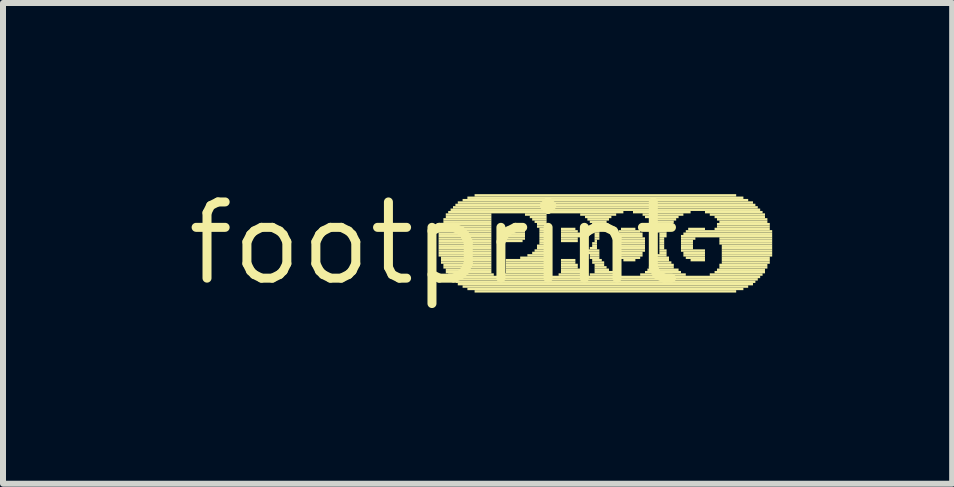
<source format=kicad_pcb>
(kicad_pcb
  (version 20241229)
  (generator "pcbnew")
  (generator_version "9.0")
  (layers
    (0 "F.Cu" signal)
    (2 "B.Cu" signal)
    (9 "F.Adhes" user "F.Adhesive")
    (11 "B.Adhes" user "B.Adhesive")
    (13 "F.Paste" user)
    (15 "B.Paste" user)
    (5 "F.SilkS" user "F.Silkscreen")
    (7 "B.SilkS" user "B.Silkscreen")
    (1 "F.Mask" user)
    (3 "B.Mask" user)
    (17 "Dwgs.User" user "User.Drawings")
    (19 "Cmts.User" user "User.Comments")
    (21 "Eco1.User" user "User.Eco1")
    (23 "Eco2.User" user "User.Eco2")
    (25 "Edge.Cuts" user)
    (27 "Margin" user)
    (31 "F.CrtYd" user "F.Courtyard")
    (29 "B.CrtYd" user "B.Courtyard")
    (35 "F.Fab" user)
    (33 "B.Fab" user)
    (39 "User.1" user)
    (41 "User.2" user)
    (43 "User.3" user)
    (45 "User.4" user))
  (footprint "footprint"
    (layer "F.Cu")
    (at 4.18 1.006)
    (property "Reference" "footprint" (at 0 0 0) (layer "F.SilkS") (effects (font (size 1.27 1.27) (thickness 0.15))))
    (fp_poly (pts (xy 0.08 -0.18) (xy 0.96 -0.18) (xy 0.96 -0.22) (xy 0.08 -0.22)) (stroke (width 0) (type solid)) (fill yes) (layer "F.SilkS"))
    (fp_poly (pts (xy 0.08 -0.14) (xy 0.96 -0.14) (xy 0.96 -0.18) (xy 0.08 -0.18)) (stroke (width 0) (type solid)) (fill yes) (layer "F.SilkS"))
    (fp_poly (pts (xy 0.08 -0.1) (xy 0.96 -0.1) (xy 0.96 -0.14) (xy 0.08 -0.14)) (stroke (width 0) (type solid)) (fill yes) (layer "F.SilkS"))
    (fp_poly (pts (xy 0.08 -0.06) (xy 0.96 -0.06) (xy 0.96 -0.1) (xy 0.08 -0.1)) (stroke (width 0) (type solid)) (fill yes) (layer "F.SilkS"))
    (fp_poly (pts (xy 0.08 -0.02) (xy 0.96 -0.02) (xy 0.96 -0.06) (xy 0.08 -0.06)) (stroke (width 0) (type solid)) (fill yes) (layer "F.SilkS"))
    (fp_poly (pts (xy 0.08 0.02) (xy 0.96 0.02) (xy 0.96 -0.02) (xy 0.08 -0.02)) (stroke (width 0) (type solid)) (fill yes) (layer "F.SilkS"))
    (fp_poly (pts (xy 0.08 0.06) (xy 0.96 0.06) (xy 0.96 0.02) (xy 0.08 0.02)) (stroke (width 0) (type solid)) (fill yes) (layer "F.SilkS"))
    (fp_poly (pts (xy 0.08 0.1) (xy 0.96 0.1) (xy 0.96 0.06) (xy 0.08 0.06)) (stroke (width 0) (type solid)) (fill yes) (layer "F.SilkS"))
    (fp_poly (pts (xy 0.08 0.14) (xy 0.96 0.14) (xy 0.96 0.1) (xy 0.08 0.1)) (stroke (width 0) (type solid)) (fill yes) (layer "F.SilkS"))
    (fp_poly (pts (xy 0.08 0.18) (xy 0.96 0.18) (xy 0.96 0.14) (xy 0.08 0.14)) (stroke (width 0) (type solid)) (fill yes) (layer "F.SilkS"))
    (fp_poly (pts (xy 0.08 0.22) (xy 0.96 0.22) (xy 0.96 0.18) (xy 0.08 0.18)) (stroke (width 0) (type solid)) (fill yes) (layer "F.SilkS"))
    (fp_poly (pts (xy 0.12 -0.3) (xy 0.96 -0.3) (xy 0.96 -0.34) (xy 0.12 -0.34)) (stroke (width 0) (type solid)) (fill yes) (layer "F.SilkS"))
    (fp_poly (pts (xy 0.12 -0.26) (xy 0.96 -0.26) (xy 0.96 -0.3) (xy 0.12 -0.3)) (stroke (width 0) (type solid)) (fill yes) (layer "F.SilkS"))
    (fp_poly (pts (xy 0.12 -0.22) (xy 0.96 -0.22) (xy 0.96 -0.26) (xy 0.12 -0.26)) (stroke (width 0) (type solid)) (fill yes) (layer "F.SilkS"))
    (fp_poly (pts (xy 0.12 0.26) (xy 0.96 0.26) (xy 0.96 0.22) (xy 0.12 0.22)) (stroke (width 0) (type solid)) (fill yes) (layer "F.SilkS"))
    (fp_poly (pts (xy 0.12 0.3) (xy 0.96 0.3) (xy 0.96 0.26) (xy 0.12 0.26)) (stroke (width 0) (type solid)) (fill yes) (layer "F.SilkS"))
    (fp_poly (pts (xy 0.12 0.34) (xy 0.96 0.34) (xy 0.96 0.3) (xy 0.12 0.3)) (stroke (width 0) (type solid)) (fill yes) (layer "F.SilkS"))
    (fp_poly (pts (xy 0.16 -0.38) (xy 0.96 -0.38) (xy 0.96 -0.42) (xy 0.16 -0.42)) (stroke (width 0) (type solid)) (fill yes) (layer "F.SilkS"))
    (fp_poly (pts (xy 0.16 -0.34) (xy 0.96 -0.34) (xy 0.96 -0.38) (xy 0.16 -0.38)) (stroke (width 0) (type solid)) (fill yes) (layer "F.SilkS"))
    (fp_poly (pts (xy 0.16 0.38) (xy 0.96 0.38) (xy 0.96 0.34) (xy 0.16 0.34)) (stroke (width 0) (type solid)) (fill yes) (layer "F.SilkS"))
    (fp_poly (pts (xy 0.16 0.42) (xy 0.96 0.42) (xy 0.96 0.38) (xy 0.16 0.38)) (stroke (width 0) (type solid)) (fill yes) (layer "F.SilkS"))
    (fp_poly (pts (xy 0.2 -0.46) (xy 0.96 -0.46) (xy 0.96 -0.5) (xy 0.2 -0.5)) (stroke (width 0) (type solid)) (fill yes) (layer "F.SilkS"))
    (fp_poly (pts (xy 0.2 -0.42) (xy 0.96 -0.42) (xy 0.96 -0.46) (xy 0.2 -0.46)) (stroke (width 0) (type solid)) (fill yes) (layer "F.SilkS"))
    (fp_poly (pts (xy 0.2 0.46) (xy 0.96 0.46) (xy 0.96 0.42) (xy 0.2 0.42)) (stroke (width 0) (type solid)) (fill yes) (layer "F.SilkS"))
    (fp_poly (pts (xy 0.2 0.5) (xy 0.96 0.5) (xy 0.96 0.46) (xy 0.2 0.46)) (stroke (width 0) (type solid)) (fill yes) (layer "F.SilkS"))
    (fp_poly (pts (xy 0.24 -0.5) (xy 3.16 -0.5) (xy 3.16 -0.54) (xy 0.24 -0.54)) (stroke (width 0) (type solid)) (fill yes) (layer "F.SilkS"))
    (fp_poly (pts (xy 0.24 0.54) (xy 1 0.54) (xy 1 0.5) (xy 0.24 0.5)) (stroke (width 0) (type solid)) (fill yes) (layer "F.SilkS"))
    (fp_poly (pts (xy 0.28 -0.54) (xy 5.44 -0.54) (xy 5.44 -0.58) (xy 0.28 -0.58)) (stroke (width 0) (type solid)) (fill yes) (layer "F.SilkS"))
    (fp_poly (pts (xy 0.28 0.58) (xy 5.44 0.58) (xy 5.44 0.54) (xy 0.28 0.54)) (stroke (width 0) (type solid)) (fill yes) (layer "F.SilkS"))
    (fp_poly (pts (xy 0.32 -0.58) (xy 5.4 -0.58) (xy 5.4 -0.62) (xy 0.32 -0.62)) (stroke (width 0) (type solid)) (fill yes) (layer "F.SilkS"))
    (fp_poly (pts (xy 0.32 0.62) (xy 5.4 0.62) (xy 5.4 0.58) (xy 0.32 0.58)) (stroke (width 0) (type solid)) (fill yes) (layer "F.SilkS"))
    (fp_poly (pts (xy 0.36 -0.62) (xy 5.36 -0.62) (xy 5.36 -0.66) (xy 0.36 -0.66)) (stroke (width 0) (type solid)) (fill yes) (layer "F.SilkS"))
    (fp_poly (pts (xy 0.36 0.66) (xy 5.36 0.66) (xy 5.36 0.62) (xy 0.36 0.62)) (stroke (width 0) (type solid)) (fill yes) (layer "F.SilkS"))
    (fp_poly (pts (xy 0.4 -0.66) (xy 5.32 -0.66) (xy 5.32 -0.7) (xy 0.4 -0.7)) (stroke (width 0) (type solid)) (fill yes) (layer "F.SilkS"))
    (fp_poly (pts (xy 0.4 0.7) (xy 5.32 0.7) (xy 5.32 0.66) (xy 0.4 0.66)) (stroke (width 0) (type solid)) (fill yes) (layer "F.SilkS"))
    (fp_poly (pts (xy 0.48 -0.7) (xy 5.24 -0.7) (xy 5.24 -0.74) (xy 0.48 -0.74)) (stroke (width 0) (type solid)) (fill yes) (layer "F.SilkS"))
    (fp_poly (pts (xy 0.48 0.74) (xy 5.24 0.74) (xy 5.24 0.7) (xy 0.48 0.7)) (stroke (width 0) (type solid)) (fill yes) (layer "F.SilkS"))
    (fp_poly (pts (xy 0.56 -0.74) (xy 5.16 -0.74) (xy 5.16 -0.78) (xy 0.56 -0.78)) (stroke (width 0) (type solid)) (fill yes) (layer "F.SilkS"))
    (fp_poly (pts (xy 0.56 0.78) (xy 5.16 0.78) (xy 5.16 0.74) (xy 0.56 0.74)) (stroke (width 0) (type solid)) (fill yes) (layer "F.SilkS"))
    (fp_poly (pts (xy 0.68 -0.78) (xy 5.04 -0.78) (xy 5.04 -0.82) (xy 0.68 -0.82)) (stroke (width 0) (type solid)) (fill yes) (layer "F.SilkS"))
    (fp_poly (pts (xy 0.68 0.82) (xy 5.04 0.82) (xy 5.04 0.78) (xy 0.68 0.78)) (stroke (width 0) (type solid)) (fill yes) (layer "F.SilkS"))
    (fp_poly (pts (xy 1.16 0.54) (xy 1.92 0.54) (xy 1.92 0.5) (xy 1.16 0.5)) (stroke (width 0) (type solid)) (fill yes) (layer "F.SilkS"))
    (fp_poly (pts (xy 1.2 -0.22) (xy 1.44 -0.22) (xy 1.44 -0.26) (xy 1.2 -0.26)) (stroke (width 0) (type solid)) (fill yes) (layer "F.SilkS"))
    (fp_poly (pts (xy 1.2 -0.18) (xy 1.52 -0.18) (xy 1.52 -0.22) (xy 1.2 -0.22)) (stroke (width 0) (type solid)) (fill yes) (layer "F.SilkS"))
    (fp_poly (pts (xy 1.2 -0.14) (xy 1.52 -0.14) (xy 1.52 -0.18) (xy 1.2 -0.18)) (stroke (width 0) (type solid)) (fill yes) (layer "F.SilkS"))
    (fp_poly (pts (xy 1.2 -0.1) (xy 1.52 -0.1) (xy 1.52 -0.14) (xy 1.2 -0.14)) (stroke (width 0) (type solid)) (fill yes) (layer "F.SilkS"))
    (fp_poly (pts (xy 1.2 -0.06) (xy 1.52 -0.06) (xy 1.52 -0.1) (xy 1.2 -0.1)) (stroke (width 0) (type solid)) (fill yes) (layer "F.SilkS"))
    (fp_poly (pts (xy 1.2 -0.02) (xy 1.48 -0.02) (xy 1.48 -0.06) (xy 1.2 -0.06)) (stroke (width 0) (type solid)) (fill yes) (layer "F.SilkS"))
    (fp_poly (pts (xy 1.2 0.3) (xy 1.88 0.3) (xy 1.88 0.26) (xy 1.2 0.26)) (stroke (width 0) (type solid)) (fill yes) (layer "F.SilkS"))
    (fp_poly (pts (xy 1.2 0.34) (xy 1.88 0.34) (xy 1.88 0.3) (xy 1.2 0.3)) (stroke (width 0) (type solid)) (fill yes) (layer "F.SilkS"))
    (fp_poly (pts (xy 1.2 0.38) (xy 1.88 0.38) (xy 1.88 0.34) (xy 1.2 0.34)) (stroke (width 0) (type solid)) (fill yes) (layer "F.SilkS"))
    (fp_poly (pts (xy 1.2 0.42) (xy 1.88 0.42) (xy 1.88 0.38) (xy 1.2 0.38)) (stroke (width 0) (type solid)) (fill yes) (layer "F.SilkS"))
    (fp_poly (pts (xy 1.2 0.46) (xy 1.88 0.46) (xy 1.88 0.42) (xy 1.2 0.42)) (stroke (width 0) (type solid)) (fill yes) (layer "F.SilkS"))
    (fp_poly (pts (xy 1.2 0.5) (xy 1.88 0.5) (xy 1.88 0.46) (xy 1.2 0.46)) (stroke (width 0) (type solid)) (fill yes) (layer "F.SilkS"))
    (fp_poly (pts (xy 1.44 0.26) (xy 1.88 0.26) (xy 1.88 0.22) (xy 1.44 0.22)) (stroke (width 0) (type solid)) (fill yes) (layer "F.SilkS"))
    (fp_poly (pts (xy 1.52 -0.46) (xy 1.88 -0.46) (xy 1.88 -0.5) (xy 1.52 -0.5)) (stroke (width 0) (type solid)) (fill yes) (layer "F.SilkS"))
    (fp_poly (pts (xy 1.56 0.22) (xy 1.88 0.22) (xy 1.88 0.18) (xy 1.56 0.18)) (stroke (width 0) (type solid)) (fill yes) (layer "F.SilkS"))
    (fp_poly (pts (xy 1.6 -0.42) (xy 1.88 -0.42) (xy 1.88 -0.46) (xy 1.6 -0.46)) (stroke (width 0) (type solid)) (fill yes) (layer "F.SilkS"))
    (fp_poly (pts (xy 1.64 -0.38) (xy 1.88 -0.38) (xy 1.88 -0.42) (xy 1.64 -0.42)) (stroke (width 0) (type solid)) (fill yes) (layer "F.SilkS"))
    (fp_poly (pts (xy 1.64 0.18) (xy 1.88 0.18) (xy 1.88 0.14) (xy 1.64 0.14)) (stroke (width 0) (type solid)) (fill yes) (layer "F.SilkS"))
    (fp_poly (pts (xy 1.68 -0.34) (xy 1.88 -0.34) (xy 1.88 -0.38) (xy 1.68 -0.38)) (stroke (width 0) (type solid)) (fill yes) (layer "F.SilkS"))
    (fp_poly (pts (xy 1.68 0.14) (xy 1.88 0.14) (xy 1.88 0.1) (xy 1.68 0.1)) (stroke (width 0) (type solid)) (fill yes) (layer "F.SilkS"))
    (fp_poly (pts (xy 1.72 -0.3) (xy 1.88 -0.3) (xy 1.88 -0.34) (xy 1.72 -0.34)) (stroke (width 0) (type solid)) (fill yes) (layer "F.SilkS"))
    (fp_poly (pts (xy 1.72 -0.26) (xy 1.88 -0.26) (xy 1.88 -0.3) (xy 1.72 -0.3)) (stroke (width 0) (type solid)) (fill yes) (layer "F.SilkS"))
    (fp_poly (pts (xy 1.72 0.06) (xy 1.88 0.06) (xy 1.88 0.02) (xy 1.72 0.02)) (stroke (width 0) (type solid)) (fill yes) (layer "F.SilkS"))
    (fp_poly (pts (xy 1.72 0.1) (xy 1.88 0.1) (xy 1.88 0.06) (xy 1.72 0.06)) (stroke (width 0) (type solid)) (fill yes) (layer "F.SilkS"))
    (fp_poly (pts (xy 1.76 -0.22) (xy 1.88 -0.22) (xy 1.88 -0.26) (xy 1.76 -0.26)) (stroke (width 0) (type solid)) (fill yes) (layer "F.SilkS"))
    (fp_poly (pts (xy 1.76 -0.18) (xy 1.88 -0.18) (xy 1.88 -0.22) (xy 1.76 -0.22)) (stroke (width 0) (type solid)) (fill yes) (layer "F.SilkS"))
    (fp_poly (pts (xy 1.76 -0.14) (xy 1.88 -0.14) (xy 1.88 -0.18) (xy 1.76 -0.18)) (stroke (width 0) (type solid)) (fill yes) (layer "F.SilkS"))
    (fp_poly (pts (xy 1.76 -0.1) (xy 1.88 -0.1) (xy 1.88 -0.14) (xy 1.76 -0.14)) (stroke (width 0) (type solid)) (fill yes) (layer "F.SilkS"))
    (fp_poly (pts (xy 1.76 -0.06) (xy 1.88 -0.06) (xy 1.88 -0.1) (xy 1.76 -0.1)) (stroke (width 0) (type solid)) (fill yes) (layer "F.SilkS"))
    (fp_poly (pts (xy 1.76 -0.02) (xy 1.88 -0.02) (xy 1.88 -0.06) (xy 1.76 -0.06)) (stroke (width 0) (type solid)) (fill yes) (layer "F.SilkS"))
    (fp_poly (pts (xy 1.76 0.02) (xy 1.88 0.02) (xy 1.88 -0.02) (xy 1.76 -0.02)) (stroke (width 0) (type solid)) (fill yes) (layer "F.SilkS"))
    (fp_poly (pts (xy 2.08 0.54) (xy 2.48 0.54) (xy 2.48 0.5) (xy 2.08 0.5)) (stroke (width 0) (type solid)) (fill yes) (layer "F.SilkS"))
    (fp_poly (pts (xy 2.12 -0.22) (xy 2.36 -0.22) (xy 2.36 -0.26) (xy 2.12 -0.26)) (stroke (width 0) (type solid)) (fill yes) (layer "F.SilkS"))
    (fp_poly (pts (xy 2.12 -0.18) (xy 2.4 -0.18) (xy 2.4 -0.22) (xy 2.12 -0.22)) (stroke (width 0) (type solid)) (fill yes) (layer "F.SilkS"))
    (fp_poly (pts (xy 2.12 -0.14) (xy 2.44 -0.14) (xy 2.44 -0.18) (xy 2.12 -0.18)) (stroke (width 0) (type solid)) (fill yes) (layer "F.SilkS"))
    (fp_poly (pts (xy 2.12 -0.1) (xy 2.44 -0.1) (xy 2.44 -0.14) (xy 2.12 -0.14)) (stroke (width 0) (type solid)) (fill yes) (layer "F.SilkS"))
    (fp_poly (pts (xy 2.12 -0.06) (xy 2.4 -0.06) (xy 2.4 -0.1) (xy 2.12 -0.1)) (stroke (width 0) (type solid)) (fill yes) (layer "F.SilkS"))
    (fp_poly (pts (xy 2.12 -0.02) (xy 2.4 -0.02) (xy 2.4 -0.06) (xy 2.12 -0.06)) (stroke (width 0) (type solid)) (fill yes) (layer "F.SilkS"))
    (fp_poly (pts (xy 2.12 0.3) (xy 2.36 0.3) (xy 2.36 0.26) (xy 2.12 0.26)) (stroke (width 0) (type solid)) (fill yes) (layer "F.SilkS"))
    (fp_poly (pts (xy 2.12 0.34) (xy 2.36 0.34) (xy 2.36 0.3) (xy 2.12 0.3)) (stroke (width 0) (type solid)) (fill yes) (layer "F.SilkS"))
    (fp_poly (pts (xy 2.12 0.38) (xy 2.4 0.38) (xy 2.4 0.34) (xy 2.12 0.34)) (stroke (width 0) (type solid)) (fill yes) (layer "F.SilkS"))
    (fp_poly (pts (xy 2.12 0.42) (xy 2.4 0.42) (xy 2.4 0.38) (xy 2.12 0.38)) (stroke (width 0) (type solid)) (fill yes) (layer "F.SilkS"))
    (fp_poly (pts (xy 2.12 0.46) (xy 2.44 0.46) (xy 2.44 0.42) (xy 2.12 0.42)) (stroke (width 0) (type solid)) (fill yes) (layer "F.SilkS"))
    (fp_poly (pts (xy 2.12 0.5) (xy 2.44 0.5) (xy 2.44 0.46) (xy 2.12 0.46)) (stroke (width 0) (type solid)) (fill yes) (layer "F.SilkS"))
    (fp_poly (pts (xy 2.44 -0.46) (xy 3.04 -0.46) (xy 3.04 -0.5) (xy 2.44 -0.5)) (stroke (width 0) (type solid)) (fill yes) (layer "F.SilkS"))
    (fp_poly (pts (xy 2.52 -0.42) (xy 2.96 -0.42) (xy 2.96 -0.46) (xy 2.52 -0.46)) (stroke (width 0) (type solid)) (fill yes) (layer "F.SilkS"))
    (fp_poly (pts (xy 2.56 -0.38) (xy 2.92 -0.38) (xy 2.92 -0.42) (xy 2.56 -0.42)) (stroke (width 0) (type solid)) (fill yes) (layer "F.SilkS"))
    (fp_poly (pts (xy 2.56 0.14) (xy 2.76 0.14) (xy 2.76 0.1) (xy 2.56 0.1)) (stroke (width 0) (type solid)) (fill yes) (layer "F.SilkS"))
    (fp_poly (pts (xy 2.56 0.18) (xy 2.76 0.18) (xy 2.76 0.14) (xy 2.56 0.14)) (stroke (width 0) (type solid)) (fill yes) (layer "F.SilkS"))
    (fp_poly (pts (xy 2.6 -0.34) (xy 2.88 -0.34) (xy 2.88 -0.38) (xy 2.6 -0.38)) (stroke (width 0) (type solid)) (fill yes) (layer "F.SilkS"))
    (fp_poly (pts (xy 2.6 0.1) (xy 2.72 0.1) (xy 2.72 0.06) (xy 2.6 0.06)) (stroke (width 0) (type solid)) (fill yes) (layer "F.SilkS"))
    (fp_poly (pts (xy 2.6 0.22) (xy 2.76 0.22) (xy 2.76 0.18) (xy 2.6 0.18)) (stroke (width 0) (type solid)) (fill yes) (layer "F.SilkS"))
    (fp_poly (pts (xy 2.6 0.26) (xy 2.76 0.26) (xy 2.76 0.22) (xy 2.6 0.22)) (stroke (width 0) (type solid)) (fill yes) (layer "F.SilkS"))
    (fp_poly (pts (xy 2.6 0.54) (xy 3.08 0.54) (xy 3.08 0.5) (xy 2.6 0.5)) (stroke (width 0) (type solid)) (fill yes) (layer "F.SilkS"))
    (fp_poly (pts (xy 2.64 -0.3) (xy 2.84 -0.3) (xy 2.84 -0.34) (xy 2.64 -0.34)) (stroke (width 0) (type solid)) (fill yes) (layer "F.SilkS"))
    (fp_poly (pts (xy 2.64 -0.26) (xy 2.8 -0.26) (xy 2.8 -0.3) (xy 2.64 -0.3)) (stroke (width 0) (type solid)) (fill yes) (layer "F.SilkS"))
    (fp_poly (pts (xy 2.64 -0.22) (xy 2.8 -0.22) (xy 2.8 -0.26) (xy 2.64 -0.26)) (stroke (width 0) (type solid)) (fill yes) (layer "F.SilkS"))
    (fp_poly (pts (xy 2.64 0.02) (xy 2.72 0.02) (xy 2.72 -0.02) (xy 2.64 -0.02)) (stroke (width 0) (type solid)) (fill yes) (layer "F.SilkS"))
    (fp_poly (pts (xy 2.64 0.06) (xy 2.72 0.06) (xy 2.72 0.02) (xy 2.64 0.02)) (stroke (width 0) (type solid)) (fill yes) (layer "F.SilkS"))
    (fp_poly (pts (xy 2.64 0.3) (xy 2.8 0.3) (xy 2.8 0.26) (xy 2.64 0.26)) (stroke (width 0) (type solid)) (fill yes) (layer "F.SilkS"))
    (fp_poly (pts (xy 2.64 0.34) (xy 2.84 0.34) (xy 2.84 0.3) (xy 2.64 0.3)) (stroke (width 0) (type solid)) (fill yes) (layer "F.SilkS"))
    (fp_poly (pts (xy 2.68 -0.18) (xy 2.76 -0.18) (xy 2.76 -0.22) (xy 2.68 -0.22)) (stroke (width 0) (type solid)) (fill yes) (layer "F.SilkS"))
    (fp_poly (pts (xy 2.68 -0.14) (xy 2.76 -0.14) (xy 2.76 -0.18) (xy 2.68 -0.18)) (stroke (width 0) (type solid)) (fill yes) (layer "F.SilkS"))
    (fp_poly (pts (xy 2.68 -0.1) (xy 2.76 -0.1) (xy 2.76 -0.14) (xy 2.68 -0.14)) (stroke (width 0) (type solid)) (fill yes) (layer "F.SilkS"))
    (fp_poly (pts (xy 2.68 -0.06) (xy 2.76 -0.06) (xy 2.76 -0.1) (xy 2.68 -0.1)) (stroke (width 0) (type solid)) (fill yes) (layer "F.SilkS"))
    (fp_poly (pts (xy 2.68 -0.02) (xy 2.72 -0.02) (xy 2.72 -0.06) (xy 2.68 -0.06)) (stroke (width 0) (type solid)) (fill yes) (layer "F.SilkS"))
    (fp_poly (pts (xy 2.68 0.38) (xy 2.84 0.38) (xy 2.84 0.34) (xy 2.68 0.34)) (stroke (width 0) (type solid)) (fill yes) (layer "F.SilkS"))
    (fp_poly (pts (xy 2.68 0.42) (xy 2.88 0.42) (xy 2.88 0.38) (xy 2.68 0.38)) (stroke (width 0) (type solid)) (fill yes) (layer "F.SilkS"))
    (fp_poly (pts (xy 2.68 0.46) (xy 2.92 0.46) (xy 2.92 0.42) (xy 2.68 0.42)) (stroke (width 0) (type solid)) (fill yes) (layer "F.SilkS"))
    (fp_poly (pts (xy 2.68 0.5) (xy 3 0.5) (xy 3 0.46) (xy 2.68 0.46)) (stroke (width 0) (type solid)) (fill yes) (layer "F.SilkS"))
    (fp_poly (pts (xy 3 -0.1) (xy 3.48 -0.1) (xy 3.48 -0.14) (xy 3 -0.14)) (stroke (width 0) (type solid)) (fill yes) (layer "F.SilkS"))
    (fp_poly (pts (xy 3 -0.06) (xy 3.52 -0.06) (xy 3.52 -0.1) (xy 3 -0.1)) (stroke (width 0) (type solid)) (fill yes) (layer "F.SilkS"))
    (fp_poly (pts (xy 3 -0.02) (xy 3.52 -0.02) (xy 3.52 -0.06) (xy 3 -0.06)) (stroke (width 0) (type solid)) (fill yes) (layer "F.SilkS"))
    (fp_poly (pts (xy 3 0.02) (xy 3.52 0.02) (xy 3.52 -0.02) (xy 3 -0.02)) (stroke (width 0) (type solid)) (fill yes) (layer "F.SilkS"))
    (fp_poly (pts (xy 3 0.06) (xy 3.52 0.06) (xy 3.52 0.02) (xy 3 0.02)) (stroke (width 0) (type solid)) (fill yes) (layer "F.SilkS"))
    (fp_poly (pts (xy 3 0.1) (xy 3.52 0.1) (xy 3.52 0.06) (xy 3 0.06)) (stroke (width 0) (type solid)) (fill yes) (layer "F.SilkS"))
    (fp_poly (pts (xy 3 0.14) (xy 3.52 0.14) (xy 3.52 0.1) (xy 3 0.1)) (stroke (width 0) (type solid)) (fill yes) (layer "F.SilkS"))
    (fp_poly (pts (xy 3 0.18) (xy 3.48 0.18) (xy 3.48 0.14) (xy 3 0.14)) (stroke (width 0) (type solid)) (fill yes) (layer "F.SilkS"))
    (fp_poly (pts (xy 3.04 -0.14) (xy 3.48 -0.14) (xy 3.48 -0.18) (xy 3.04 -0.18)) (stroke (width 0) (type solid)) (fill yes) (layer "F.SilkS"))
    (fp_poly (pts (xy 3.04 0.22) (xy 3.48 0.22) (xy 3.48 0.18) (xy 3.04 0.18)) (stroke (width 0) (type solid)) (fill yes) (layer "F.SilkS"))
    (fp_poly (pts (xy 3.08 -0.18) (xy 3.44 -0.18) (xy 3.44 -0.22) (xy 3.08 -0.22)) (stroke (width 0) (type solid)) (fill yes) (layer "F.SilkS"))
    (fp_poly (pts (xy 3.08 0.26) (xy 3.44 0.26) (xy 3.44 0.22) (xy 3.08 0.22)) (stroke (width 0) (type solid)) (fill yes) (layer "F.SilkS"))
    (fp_poly (pts (xy 3.12 -0.22) (xy 3.36 -0.22) (xy 3.36 -0.26) (xy 3.12 -0.26)) (stroke (width 0) (type solid)) (fill yes) (layer "F.SilkS"))
    (fp_poly (pts (xy 3.16 0.3) (xy 3.36 0.3) (xy 3.36 0.26) (xy 3.16 0.26)) (stroke (width 0) (type solid)) (fill yes) (layer "F.SilkS"))
    (fp_poly (pts (xy 3.32 -0.5) (xy 4.28 -0.5) (xy 4.28 -0.54) (xy 3.32 -0.54)) (stroke (width 0) (type solid)) (fill yes) (layer "F.SilkS"))
    (fp_poly (pts (xy 3.44 0.54) (xy 4.2 0.54) (xy 4.2 0.5) (xy 3.44 0.5)) (stroke (width 0) (type solid)) (fill yes) (layer "F.SilkS"))
    (fp_poly (pts (xy 3.48 -0.46) (xy 4.16 -0.46) (xy 4.16 -0.5) (xy 3.48 -0.5)) (stroke (width 0) (type solid)) (fill yes) (layer "F.SilkS"))
    (fp_poly (pts (xy 3.52 -0.42) (xy 4.08 -0.42) (xy 4.08 -0.46) (xy 3.52 -0.46)) (stroke (width 0) (type solid)) (fill yes) (layer "F.SilkS"))
    (fp_poly (pts (xy 3.52 0.5) (xy 4.12 0.5) (xy 4.12 0.46) (xy 3.52 0.46)) (stroke (width 0) (type solid)) (fill yes) (layer "F.SilkS"))
    (fp_poly (pts (xy 3.56 0.46) (xy 4.08 0.46) (xy 4.08 0.42) (xy 3.56 0.42)) (stroke (width 0) (type solid)) (fill yes) (layer "F.SilkS"))
    (fp_poly (pts (xy 3.6 -0.38) (xy 4.04 -0.38) (xy 4.04 -0.42) (xy 3.6 -0.42)) (stroke (width 0) (type solid)) (fill yes) (layer "F.SilkS"))
    (fp_poly (pts (xy 3.6 0.42) (xy 4 0.42) (xy 4 0.38) (xy 3.6 0.38)) (stroke (width 0) (type solid)) (fill yes) (layer "F.SilkS"))
    (fp_poly (pts (xy 3.64 -0.34) (xy 4 -0.34) (xy 4 -0.38) (xy 3.64 -0.38)) (stroke (width 0) (type solid)) (fill yes) (layer "F.SilkS"))
    (fp_poly (pts (xy 3.64 0.38) (xy 4 0.38) (xy 4 0.34) (xy 3.64 0.34)) (stroke (width 0) (type solid)) (fill yes) (layer "F.SilkS"))
    (fp_poly (pts (xy 3.68 -0.3) (xy 3.96 -0.3) (xy 3.96 -0.34) (xy 3.68 -0.34)) (stroke (width 0) (type solid)) (fill yes) (layer "F.SilkS"))
    (fp_poly (pts (xy 3.68 -0.26) (xy 3.92 -0.26) (xy 3.92 -0.3) (xy 3.68 -0.3)) (stroke (width 0) (type solid)) (fill yes) (layer "F.SilkS"))
    (fp_poly (pts (xy 3.68 0.34) (xy 3.96 0.34) (xy 3.96 0.3) (xy 3.68 0.3)) (stroke (width 0) (type solid)) (fill yes) (layer "F.SilkS"))
    (fp_poly (pts (xy 3.72 -0.22) (xy 3.92 -0.22) (xy 3.92 -0.26) (xy 3.72 -0.26)) (stroke (width 0) (type solid)) (fill yes) (layer "F.SilkS"))
    (fp_poly (pts (xy 3.72 -0.18) (xy 3.88 -0.18) (xy 3.88 -0.22) (xy 3.72 -0.22)) (stroke (width 0) (type solid)) (fill yes) (layer "F.SilkS"))
    (fp_poly (pts (xy 3.72 0.22) (xy 3.88 0.22) (xy 3.88 0.18) (xy 3.72 0.18)) (stroke (width 0) (type solid)) (fill yes) (layer "F.SilkS"))
    (fp_poly (pts (xy 3.72 0.26) (xy 3.92 0.26) (xy 3.92 0.22) (xy 3.72 0.22)) (stroke (width 0) (type solid)) (fill yes) (layer "F.SilkS"))
    (fp_poly (pts (xy 3.72 0.3) (xy 3.92 0.3) (xy 3.92 0.26) (xy 3.72 0.26)) (stroke (width 0) (type solid)) (fill yes) (layer "F.SilkS"))
    (fp_poly (pts (xy 3.76 -0.14) (xy 3.88 -0.14) (xy 3.88 -0.18) (xy 3.76 -0.18)) (stroke (width 0) (type solid)) (fill yes) (layer "F.SilkS"))
    (fp_poly (pts (xy 3.76 -0.1) (xy 3.88 -0.1) (xy 3.88 -0.14) (xy 3.76 -0.14)) (stroke (width 0) (type solid)) (fill yes) (layer "F.SilkS"))
    (fp_poly (pts (xy 3.76 -0.06) (xy 3.84 -0.06) (xy 3.84 -0.1) (xy 3.76 -0.1)) (stroke (width 0) (type solid)) (fill yes) (layer "F.SilkS"))
    (fp_poly (pts (xy 3.76 -0.02) (xy 3.84 -0.02) (xy 3.84 -0.06) (xy 3.76 -0.06)) (stroke (width 0) (type solid)) (fill yes) (layer "F.SilkS"))
    (fp_poly (pts (xy 3.76 0.02) (xy 3.84 0.02) (xy 3.84 -0.02) (xy 3.76 -0.02)) (stroke (width 0) (type solid)) (fill yes) (layer "F.SilkS"))
    (fp_poly (pts (xy 3.76 0.06) (xy 3.84 0.06) (xy 3.84 0.02) (xy 3.76 0.02)) (stroke (width 0) (type solid)) (fill yes) (layer "F.SilkS"))
    (fp_poly (pts (xy 3.76 0.1) (xy 3.84 0.1) (xy 3.84 0.06) (xy 3.76 0.06)) (stroke (width 0) (type solid)) (fill yes) (layer "F.SilkS"))
    (fp_poly (pts (xy 3.76 0.14) (xy 3.88 0.14) (xy 3.88 0.1) (xy 3.76 0.1)) (stroke (width 0) (type solid)) (fill yes) (layer "F.SilkS"))
    (fp_poly (pts (xy 3.76 0.18) (xy 3.88 0.18) (xy 3.88 0.14) (xy 3.76 0.14)) (stroke (width 0) (type solid)) (fill yes) (layer "F.SilkS"))
    (fp_poly (pts (xy 4.12 -0.1) (xy 5.64 -0.1) (xy 5.64 -0.14) (xy 4.12 -0.14)) (stroke (width 0) (type solid)) (fill yes) (layer "F.SilkS"))
    (fp_poly (pts (xy 4.12 -0.06) (xy 4.36 -0.06) (xy 4.36 -0.1) (xy 4.12 -0.1)) (stroke (width 0) (type solid)) (fill yes) (layer "F.SilkS"))
    (fp_poly (pts (xy 4.12 -0.02) (xy 4.32 -0.02) (xy 4.32 -0.06) (xy 4.12 -0.06)) (stroke (width 0) (type solid)) (fill yes) (layer "F.SilkS"))
    (fp_poly (pts (xy 4.12 0.02) (xy 4.32 0.02) (xy 4.32 -0.02) (xy 4.12 -0.02)) (stroke (width 0) (type solid)) (fill yes) (layer "F.SilkS"))
    (fp_poly (pts (xy 4.12 0.06) (xy 4.32 0.06) (xy 4.32 0.02) (xy 4.12 0.02)) (stroke (width 0) (type solid)) (fill yes) (layer "F.SilkS"))
    (fp_poly (pts (xy 4.12 0.1) (xy 4.32 0.1) (xy 4.32 0.06) (xy 4.12 0.06)) (stroke (width 0) (type solid)) (fill yes) (layer "F.SilkS"))
    (fp_poly (pts (xy 4.12 0.14) (xy 4.52 0.14) (xy 4.52 0.1) (xy 4.12 0.1)) (stroke (width 0) (type solid)) (fill yes) (layer "F.SilkS"))
    (fp_poly (pts (xy 4.16 -0.14) (xy 5.64 -0.14) (xy 5.64 -0.18) (xy 4.16 -0.18)) (stroke (width 0) (type solid)) (fill yes) (layer "F.SilkS"))
    (fp_poly (pts (xy 4.16 0.18) (xy 4.52 0.18) (xy 4.52 0.14) (xy 4.16 0.14)) (stroke (width 0) (type solid)) (fill yes) (layer "F.SilkS"))
    (fp_poly (pts (xy 4.16 0.22) (xy 4.52 0.22) (xy 4.52 0.18) (xy 4.16 0.18)) (stroke (width 0) (type solid)) (fill yes) (layer "F.SilkS"))
    (fp_poly (pts (xy 4.2 -0.18) (xy 5.64 -0.18) (xy 5.64 -0.22) (xy 4.2 -0.22)) (stroke (width 0) (type solid)) (fill yes) (layer "F.SilkS"))
    (fp_poly (pts (xy 4.2 0.26) (xy 4.52 0.26) (xy 4.52 0.22) (xy 4.2 0.22)) (stroke (width 0) (type solid)) (fill yes) (layer "F.SilkS"))
    (fp_poly (pts (xy 4.24 -0.22) (xy 4.52 -0.22) (xy 4.52 -0.26) (xy 4.24 -0.26)) (stroke (width 0) (type solid)) (fill yes) (layer "F.SilkS"))
    (fp_poly (pts (xy 4.28 0.3) (xy 4.52 0.3) (xy 4.52 0.26) (xy 4.28 0.26)) (stroke (width 0) (type solid)) (fill yes) (layer "F.SilkS"))
    (fp_poly (pts (xy 4.52 -0.5) (xy 5.48 -0.5) (xy 5.48 -0.54) (xy 4.52 -0.54)) (stroke (width 0) (type solid)) (fill yes) (layer "F.SilkS"))
    (fp_poly (pts (xy 4.6 -0.46) (xy 5.52 -0.46) (xy 5.52 -0.5) (xy 4.6 -0.5)) (stroke (width 0) (type solid)) (fill yes) (layer "F.SilkS"))
    (fp_poly (pts (xy 4.6 0.54) (xy 5.48 0.54) (xy 5.48 0.5) (xy 4.6 0.5)) (stroke (width 0) (type solid)) (fill yes) (layer "F.SilkS"))
    (fp_poly (pts (xy 4.68 -0.42) (xy 5.52 -0.42) (xy 5.52 -0.46) (xy 4.68 -0.46)) (stroke (width 0) (type solid)) (fill yes) (layer "F.SilkS"))
    (fp_poly (pts (xy 4.68 -0.22) (xy 5.6 -0.22) (xy 5.6 -0.26) (xy 4.68 -0.26)) (stroke (width 0) (type solid)) (fill yes) (layer "F.SilkS"))
    (fp_poly (pts (xy 4.68 0.5) (xy 5.52 0.5) (xy 5.52 0.46) (xy 4.68 0.46)) (stroke (width 0) (type solid)) (fill yes) (layer "F.SilkS"))
    (fp_poly (pts (xy 4.72 -0.38) (xy 5.56 -0.38) (xy 5.56 -0.42) (xy 4.72 -0.42)) (stroke (width 0) (type solid)) (fill yes) (layer "F.SilkS"))
    (fp_poly (pts (xy 4.72 -0.3) (xy 5.6 -0.3) (xy 5.6 -0.34) (xy 4.72 -0.34)) (stroke (width 0) (type solid)) (fill yes) (layer "F.SilkS"))
    (fp_poly (pts (xy 4.72 -0.26) (xy 5.6 -0.26) (xy 5.6 -0.3) (xy 4.72 -0.3)) (stroke (width 0) (type solid)) (fill yes) (layer "F.SilkS"))
    (fp_poly (pts (xy 4.72 0.46) (xy 5.52 0.46) (xy 5.52 0.42) (xy 4.72 0.42)) (stroke (width 0) (type solid)) (fill yes) (layer "F.SilkS"))
    (fp_poly (pts (xy 4.76 -0.34) (xy 5.56 -0.34) (xy 5.56 -0.38) (xy 4.76 -0.38)) (stroke (width 0) (type solid)) (fill yes) (layer "F.SilkS"))
    (fp_poly (pts (xy 4.76 -0.06) (xy 5.64 -0.06) (xy 5.64 -0.1) (xy 4.76 -0.1)) (stroke (width 0) (type solid)) (fill yes) (layer "F.SilkS"))
    (fp_poly (pts (xy 4.76 -0.02) (xy 5.64 -0.02) (xy 5.64 -0.06) (xy 4.76 -0.06)) (stroke (width 0) (type solid)) (fill yes) (layer "F.SilkS"))
    (fp_poly (pts (xy 4.76 0.02) (xy 5.64 0.02) (xy 5.64 -0.02) (xy 4.76 -0.02)) (stroke (width 0) (type solid)) (fill yes) (layer "F.SilkS"))
    (fp_poly (pts (xy 4.76 0.38) (xy 5.56 0.38) (xy 5.56 0.34) (xy 4.76 0.34)) (stroke (width 0) (type solid)) (fill yes) (layer "F.SilkS"))
    (fp_poly (pts (xy 4.76 0.42) (xy 5.56 0.42) (xy 5.56 0.38) (xy 4.76 0.38)) (stroke (width 0) (type solid)) (fill yes) (layer "F.SilkS"))
    (fp_poly (pts (xy 4.8 0.06) (xy 5.64 0.06) (xy 5.64 0.02) (xy 4.8 0.02)) (stroke (width 0) (type solid)) (fill yes) (layer "F.SilkS"))
    (fp_poly (pts (xy 4.8 0.1) (xy 5.64 0.1) (xy 5.64 0.06) (xy 4.8 0.06)) (stroke (width 0) (type solid)) (fill yes) (layer "F.SilkS"))
    (fp_poly (pts (xy 4.8 0.14) (xy 5.64 0.14) (xy 5.64 0.1) (xy 4.8 0.1)) (stroke (width 0) (type solid)) (fill yes) (layer "F.SilkS"))
    (fp_poly (pts (xy 4.8 0.18) (xy 5.64 0.18) (xy 5.64 0.14) (xy 4.8 0.14)) (stroke (width 0) (type solid)) (fill yes) (layer "F.SilkS"))
    (fp_poly (pts (xy 4.8 0.22) (xy 5.64 0.22) (xy 5.64 0.18) (xy 4.8 0.18)) (stroke (width 0) (type solid)) (fill yes) (layer "F.SilkS"))
    (fp_poly (pts (xy 4.8 0.26) (xy 5.6 0.26) (xy 5.6 0.22) (xy 4.8 0.22)) (stroke (width 0) (type solid)) (fill yes) (layer "F.SilkS"))
    (fp_poly (pts (xy 4.8 0.3) (xy 5.6 0.3) (xy 5.6 0.26) (xy 4.8 0.26)) (stroke (width 0) (type solid)) (fill yes) (layer "F.SilkS"))
    (fp_poly (pts (xy 4.8 0.34) (xy 5.6 0.34) (xy 5.6 0.3) (xy 4.8 0.3)) (stroke (width 0) (type solid)) (fill yes) (layer "F.SilkS")))
  (gr_rect
    (start -3 -3)
    (end 12.82 5.012)
    (stroke (width 0.1) (type default))
    (fill no)
    (layer "Edge.Cuts")))
</source>
